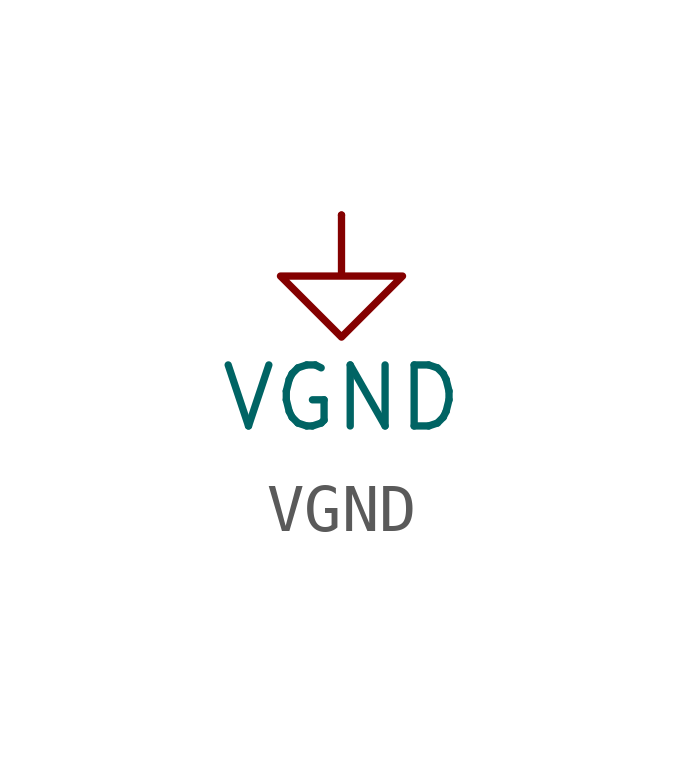
<source format=kicad_sym>
(kicad_symbol_lib
  (version 20231120)
  (generator "kicad_symbol_editor")
  (generator_version "8.0")
  (symbol "VGND"
    (power)
    (pin_numbers hide)
    (pin_names
      (offset 0) hide)
    (property "Reference" "#VPWR"
      (at 0 -6.35 0)
      (effects (font (size 1.27 1.27)) (hide yes)))
    (property "Value" "VGND"
      (at 0 -3.81 0)
      (effects (font (size 1.27 1.27))))
    (symbol "VGND_0_1"
      (polyline (pts (xy 0 0) (xy 0 -1.27) (xy 1.27 -1.27) (xy 0 -2.54) (xy -1.27 -1.27) (xy 0 -1.27)) (stroke (width 0) (type default)) (fill (type none))))
    (symbol "VGND_1_1"
      (pin free line (at 0 0 270) (length 0) (name "~" (effects (font (size 1.27 1.27)))) (number "1" (effects (font (size 1.27 1.27))))))))
</source>
